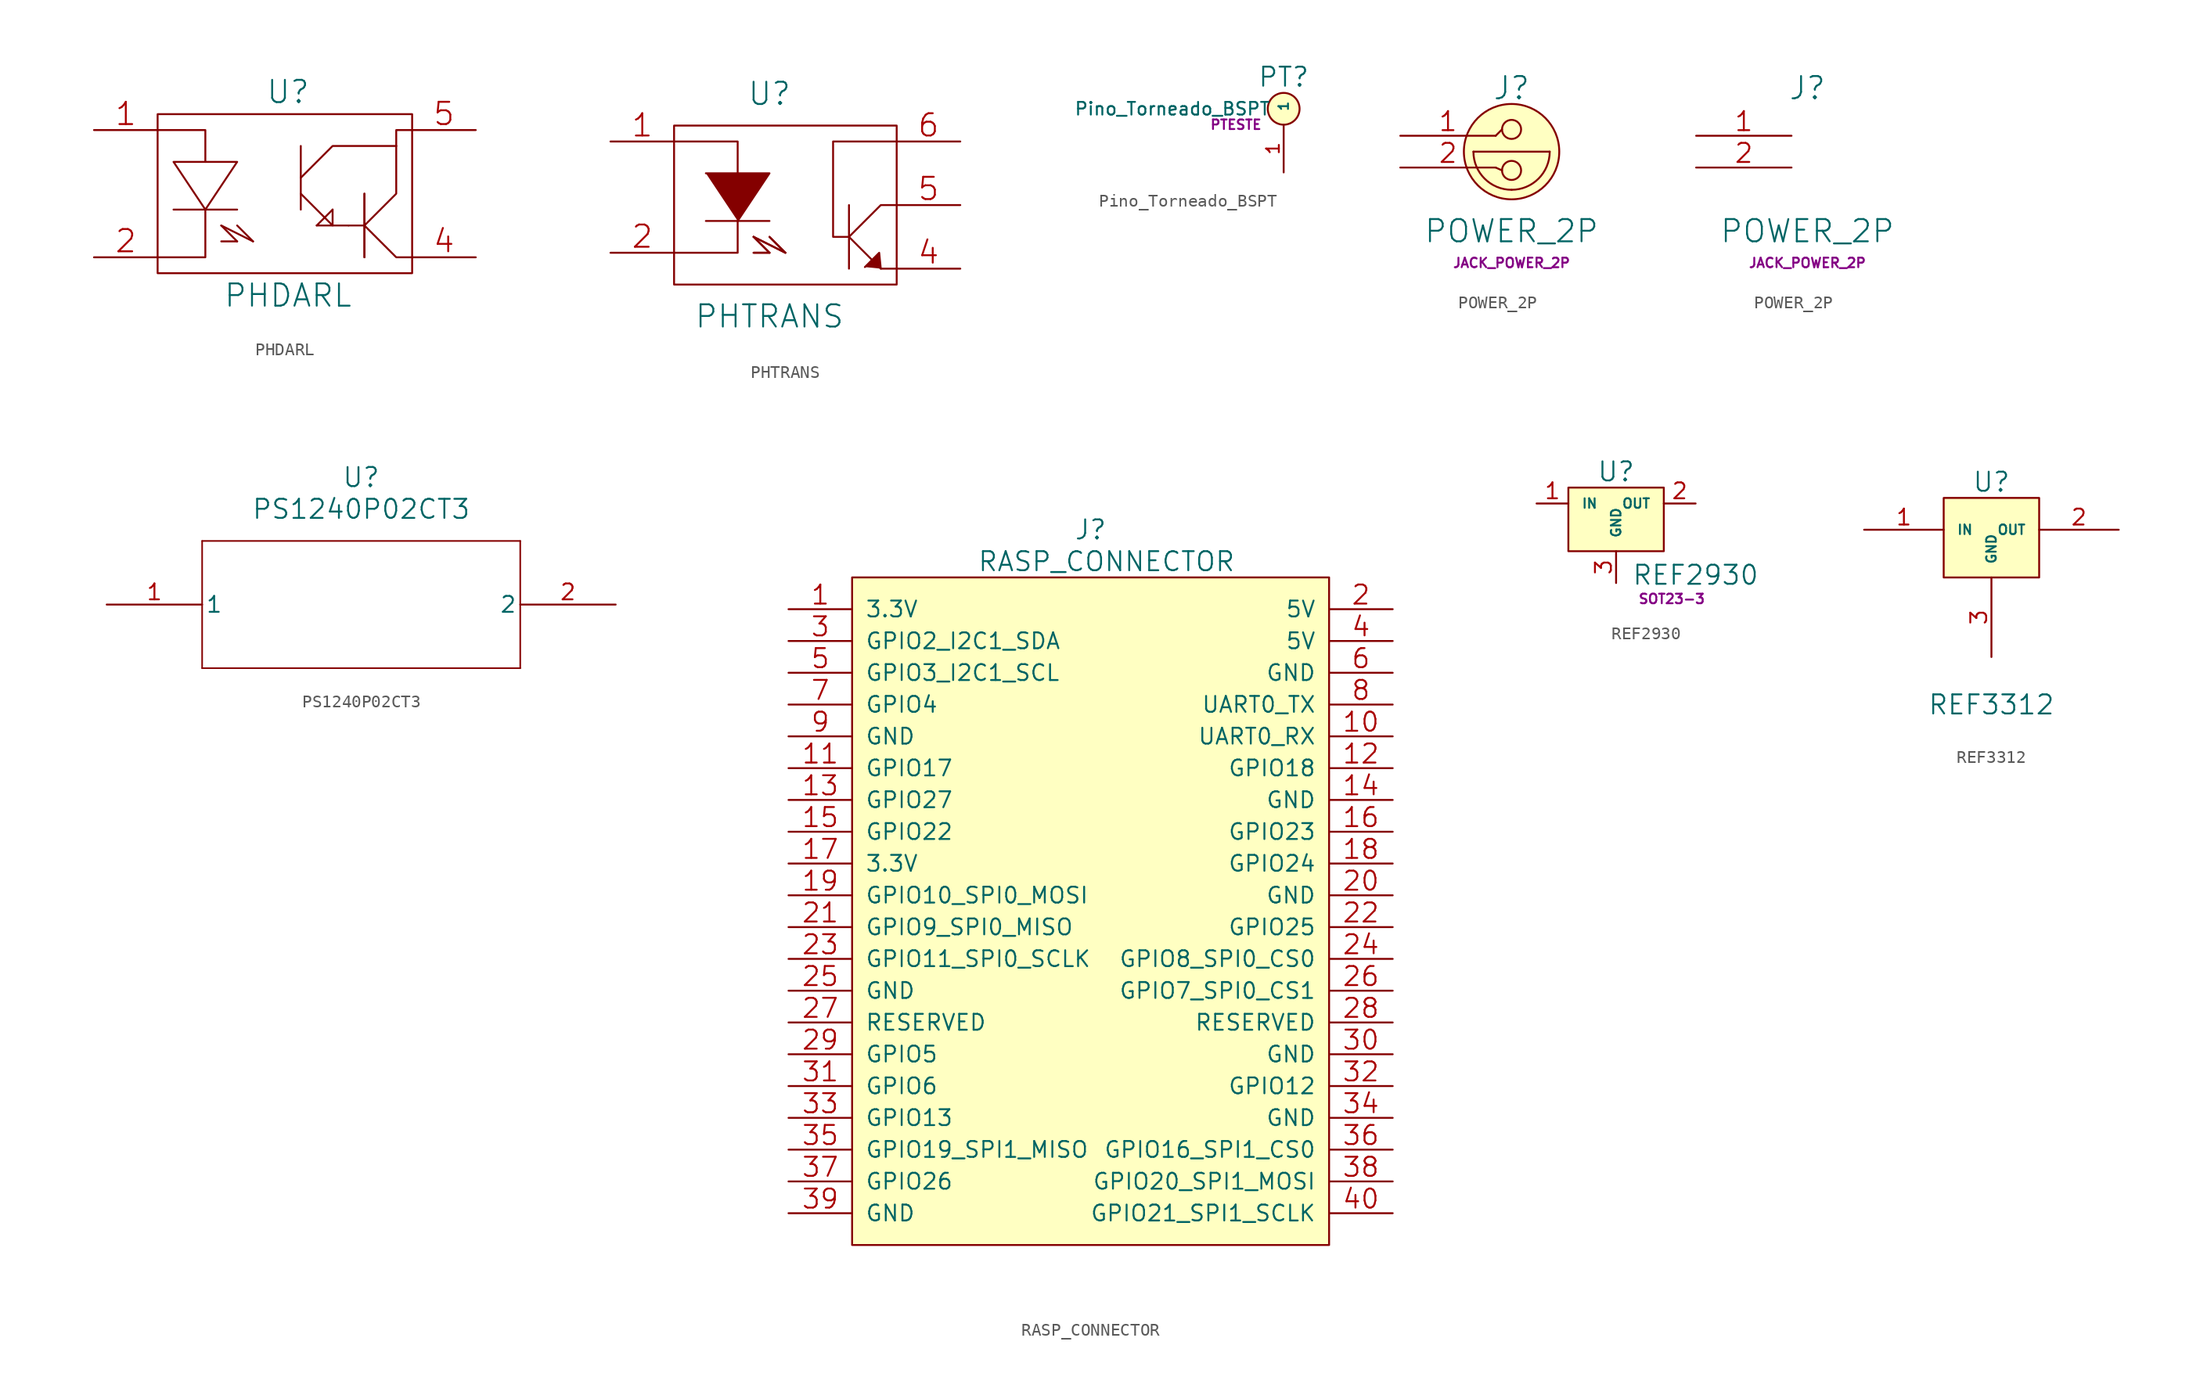
<source format=kicad_sym>
(kicad_symbol_lib
  (version 20220914)
  (generator kicad_symbol_editor)
  (symbol "PHDARL"
    (pin_names
      (offset 0.254))
    (property "Reference" "U"
      (at 0.254 8.128 0)
      (effects (font (size 1.778 1.778))))
    (property "Value" "PHDARL"
      (at 0.254 -8.128 0)
      (effects (font (size 1.778 1.778))))
    (property "Footprint" ""
      (at 0 0 0)
      (effects (font (size 1.524 1.524))))
    (property "Datasheet" ""
      (at 0 0 0)
      (effects (font (size 1.524 1.524))))
    (symbol "PHDARL_0_0"
      (polyline (pts (xy -8.89 -1.27) (xy -3.81 -1.27)) (stroke (width 0) (type default)) (fill (type none)))
      (polyline (pts (xy -5.08 -2.54) (xy -3.81 -3.81)) (stroke (width 0) (type default)) (fill (type none)))
      (polyline (pts (xy -5.08 -2.54) (xy -2.54 -3.81)) (stroke (width 0) (type default)) (fill (type none)))
      (polyline (pts (xy 1.27 3.81) (xy 1.27 -1.27)) (stroke (width 0) (type default)) (fill (type none)))
      (polyline (pts (xy 3.81 -1.27) (xy 2.54 -2.54)) (stroke (width 0) (type default)) (fill (type none)))
      (polyline (pts (xy 5.08 -2.54) (xy 6.35 -2.54)) (stroke (width 0) (type default)) (fill (type none)))
      (polyline (pts (xy 6.35 0) (xy 6.35 -5.08)) (stroke (width 0) (type default)) (fill (type none)))
      (polyline (pts (xy 6.35 0) (xy 6.35 -5.08)) (stroke (width 0) (type default)) (fill (type none)))
      (polyline (pts (xy -3.81 -3.81) (xy -3.81 -3.81) (xy -5.08 -3.81)) (stroke (width 0) (type default)) (fill (type none)))
      (polyline (pts (xy -3.81 -2.54) (xy -2.54 -3.81) (xy -3.81 -2.54)) (stroke (width 0) (type default)) (fill (type none)))
      (polyline (pts (xy 1.27 1.27) (xy 3.81 3.81) (xy 8.89 3.81)) (stroke (width 0) (type default)) (fill (type none)))
      (polyline (pts (xy 2.54 -2.54) (xy 3.81 -2.54) (xy 3.81 -1.27)) (stroke (width 0) (type default)) (fill (type none)))
      (polyline (pts (xy 6.35 -2.54) (xy 8.89 0) (xy 8.89 3.81)) (stroke (width 0) (type default)) (fill (type none)))
      (polyline (pts (xy -8.89 2.54) (xy -3.81 2.54) (xy -6.35 -1.27) (xy -8.89 2.54)) (stroke (width 0) (type default)) (fill (type none)))
      (polyline (pts (xy 1.27 0) (xy 3.81 -2.54) (xy 3.81 -2.54) (xy 5.08 -2.54)) (stroke (width 0) (type default)) (fill (type none))))
    (symbol "PHDARL_0_1"
      (rectangle (start -10.16 6.35) (end 10.16 -6.35) (stroke (width 0) (type default)) (fill (type none)))
      (polyline (pts (xy -10.16 -5.08) (xy -6.35 -5.08) (xy -6.35 -1.27)) (stroke (width 0) (type default)) (fill (type none)))
      (polyline (pts (xy -10.16 5.08) (xy -6.35 5.08) (xy -6.35 2.54)) (stroke (width 0) (type default)) (fill (type none)))
      (polyline (pts (xy 6.35 -2.54) (xy 8.89 -5.08) (xy 10.16 -5.08)) (stroke (width 0) (type default)) (fill (type none)))
      (polyline (pts (xy 8.89 3.81) (xy 8.89 5.08) (xy 10.16 5.08)) (stroke (width 0) (type default)) (fill (type none))))
    (symbol "PHDARL_1_1"
      (pin input line (at -15.24 5.08 0) (length 5.08) (name "~" (effects (font (size 1.778 1.778)))) (number "1" (effects (font (size 1.778 1.778)))))
      (pin input line (at -15.24 -5.08 0) (length 5.08) (name "~" (effects (font (size 1.778 1.778)))) (number "2" (effects (font (size 1.778 1.778)))))
      (pin open_emitter line (at 15.24 -5.08 180) (length 5.08) (name "~" (effects (font (size 1.778 1.778)))) (number "4" (effects (font (size 1.778 1.778)))))
      (pin open_collector line (at 15.24 5.08 180) (length 5.08) (name "~" (effects (font (size 1.778 1.778)))) (number "5" (effects (font (size 1.778 1.778)))))))
  (symbol "PHTRANS"
    (pin_names
      (offset 0.254))
    (property "Reference" "U"
      (at -1.27 8.89 0)
      (effects (font (size 1.778 1.778))))
    (property "Value" "PHTRANS"
      (at -1.27 -8.89 0)
      (effects (font (size 1.778 1.778))))
    (property "Footprint" ""
      (at 0 0 0)
      (effects (font (size 1.524 1.524))))
    (property "Datasheet" ""
      (at 0 0 0)
      (effects (font (size 1.524 1.524))))
    (symbol "PHTRANS_0_0"
      (polyline (pts (xy -6.35 -1.27) (xy -1.27 -1.27)) (stroke (width 0) (type default)) (fill (type none)))
      (polyline (pts (xy -2.54 -2.54) (xy -1.27 -3.81)) (stroke (width 0) (type default)) (fill (type none)))
      (polyline (pts (xy -2.54 -2.54) (xy -1.27 -3.81)) (stroke (width 0) (type default)) (fill (type none)))
      (polyline (pts (xy -2.54 -2.54) (xy 0 -3.81)) (stroke (width 0) (type default)) (fill (type none)))
      (polyline (pts (xy -2.54 -2.54) (xy 0 -3.81)) (stroke (width 0) (type default)) (fill (type none)))
      (polyline (pts (xy -1.27 -3.81) (xy -1.27 -3.81) (xy -2.54 -3.81)) (stroke (width 0) (type default)) (fill (type none)))
      (polyline (pts (xy -1.27 -3.81) (xy -1.27 -3.81) (xy -2.54 -3.81)) (stroke (width 0) (type default)) (fill (type none)))
      (polyline (pts (xy -1.27 -2.54) (xy 0 -3.81) (xy -1.27 -2.54)) (stroke (width 0) (type default)) (fill (type none)))
      (polyline (pts (xy -1.27 -2.54) (xy 0 -3.81) (xy -1.27 -2.54)) (stroke (width 0) (type default)) (fill (type none))))
    (symbol "PHTRANS_0_1"
      (polyline (pts (xy 5.08 0) (xy 5.08 -5.08)) (stroke (width 0) (type default)) (fill (type none)))
      (polyline (pts (xy -8.89 5.08) (xy -3.81 5.08) (xy -3.81 2.54)) (stroke (width 0) (type default)) (fill (type none)))
      (polyline (pts (xy -6.35 2.54) (xy -1.27 2.54) (xy -3.81 -1.27)) (stroke (width 0) (type default)) (fill (type outline)))
      (polyline (pts (xy -3.81 -1.27) (xy -3.81 -3.81) (xy -8.89 -3.81)) (stroke (width 0) (type default)) (fill (type none)))
      (polyline (pts (xy 5.08 -2.54) (xy 7.62 -5.08) (xy 8.89 -5.08)) (stroke (width 0) (type default)) (fill (type none)))
      (polyline (pts (xy 5.08 -2.54) (xy 7.62 0) (xy 8.89 0)) (stroke (width 0) (type default)) (fill (type none)))
      (polyline (pts (xy 7.62 -5.08) (xy 7.493 -3.81) (xy 6.35 -4.953)) (stroke (width 0) (type default)) (fill (type outline)))
      (polyline (pts (xy 5.08 -2.54) (xy 3.81 -2.54) (xy 3.81 5.08) (xy 8.89 5.08)) (stroke (width 0) (type default)) (fill (type none)))
      (rectangle (start 8.89 -6.35) (end -8.89 6.35) (stroke (width 0) (type default)) (fill (type none))))
    (symbol "PHTRANS_1_1"
      (pin input line (at -13.97 5.08 0) (length 5.08) (name "~" (effects (font (size 1.778 1.778)))) (number "1" (effects (font (size 1.778 1.778)))))
      (pin input line (at -13.97 -3.81 0) (length 5.08) (name "~" (effects (font (size 1.778 1.778)))) (number "2" (effects (font (size 1.778 1.778)))))
      (pin input line (at 13.97 -5.08 180) (length 5.08) (name "~" (effects (font (size 1.778 1.778)))) (number "4" (effects (font (size 1.778 1.778)))))
      (pin input line (at 13.97 0 180) (length 5.08) (name "~" (effects (font (size 1.778 1.778)))) (number "5" (effects (font (size 1.778 1.778)))))
      (pin input line (at 13.97 5.08 180) (length 5.08) (name "~" (effects (font (size 1.778 1.778)))) (number "6" (effects (font (size 1.778 1.778)))))))
  (symbol "Pino_Torneado_BSPT"
    (pin_names
      (offset 1.016))
    (property "Reference" "PT"
      (at 0 6.35 0)
      (effects (font (size 1.524 1.524))))
    (property "Value" "Pino_Torneado_BSPT"
      (at -8.89 3.81 0)
      (effects (font (size 1.016 1.016))))
    (property "Footprint" "PTESTE"
      (at -3.81 2.54 0)
      (effects (font (size 0.762 0.762))))
    (property "Datasheet" ""
      (at 0 0 0)
      (effects (font (size 1.524 1.524))))
    (symbol "Pino_Torneado_BSPT_0_1"
      (circle (center 0 3.81) (radius 1.27) (stroke (width 0) (type default)) (fill (type background))))
    (symbol "Pino_Torneado_BSPT_1_1"
      (pin passive line (at 0 -1.27 90) (length 3.81) (name "1" (effects (font (size 0.762 0.762)))) (number "1" (effects (font (size 1.016 1.016)))))))
  (symbol "POWER_2P"
    (pin_names
      (offset 1.016) hide)
    (property "Reference" "J"
      (at 0 5.08 0)
      (effects (font (size 1.778 1.778))))
    (property "Value" "POWER_2P"
      (at 0 -6.35 0)
      (effects (font (size 1.778 1.778))))
    (property "Footprint" "JACK_POWER_2P"
      (at 0 -8.89 0)
      (effects (font (size 0.762 0.762))))
    (property "Datasheet" ""
      (at 0 0 0)
      (effects (font (size 1.524 1.524))))
    (symbol "POWER_2P_0_1"
      (arc (start -3.048 0) (mid -2.1553 -2.1553) (end 0 -3.048) (stroke (width 0) (type default)) (fill (type none)))
      (arc (start 0 -3.048) (mid 2.1553 -2.1553) (end 3.048 0) (stroke (width 0) (type default)) (fill (type none)))
      (circle (center 0 -1.499) (radius 0.762) (stroke (width 0) (type default)) (fill (type none)))
      (polyline (pts (xy -3.048 0) (xy 3.048 0)) (stroke (width 0) (type default)) (fill (type none)))
      (polyline (pts (xy -1.27 1.27) (xy -0.762 1.778)) (stroke (width 0) (type default)) (fill (type none)))
      (polyline (pts (xy -0.762 -1.499) (xy -1.27 -1.27)) (stroke (width 0) (type default)) (fill (type none)))
      (circle (center 0 0) (radius 3.81) (stroke (width 0) (type default)) (fill (type background)))
      (circle (center 0 1.778) (radius 0.762) (stroke (width 0) (type default)) (fill (type none))))
    (symbol "POWER_2P_1_1"
      (pin bidirectional line (at -8.89 1.27 0) (length 7.62) (name "~" (effects (font (size 1.524 1.524)))) (number "1" (effects (font (size 1.524 1.524)))))
      (pin bidirectional line (at -8.89 -1.27 0) (length 7.62) (name "~" (effects (font (size 1.524 1.524)))) (number "2" (effects (font (size 1.524 1.524))))))
    (symbol "POWER_2P_1_2"
      (pin bidirectional line (at -8.89 1.27 0) (length 7.62) (name "~" (effects (font (size 1.524 1.524)))) (number "1" (effects (font (size 1.524 1.524)))))
      (pin bidirectional line (at -8.89 -1.27 0) (length 7.62) (name "~" (effects (font (size 1.524 1.524)))) (number "2" (effects (font (size 1.524 1.524)))))))
  (symbol "PS1240P02CT3"
    (pin_names
      (offset 0.254))
    (property "Reference" "U"
      (at 20.32 10.16 0)
      (effects (font (size 1.524 1.524))))
    (property "Value" "PS1240P02CT3"
      (at 20.32 7.62 0)
      (effects (font (size 1.524 1.524))))
    (property "ki_locked" ""
      (at 0 0 0)
      (effects (font (size 1.27 1.27))))
    (symbol "PS1240P02CT3_0_1"
      (polyline (pts (xy 7.62 -5.08) (xy 33.02 -5.08)) (stroke (width 0.127) (type default)) (fill (type none)))
      (polyline (pts (xy 7.62 5.08) (xy 7.62 -5.08)) (stroke (width 0.127) (type default)) (fill (type none)))
      (polyline (pts (xy 33.02 -5.08) (xy 33.02 5.08)) (stroke (width 0.127) (type default)) (fill (type none)))
      (polyline (pts (xy 33.02 5.08) (xy 7.62 5.08)) (stroke (width 0.127) (type default)) (fill (type none)))
      (pin unspecified line (at 0 0 0) (length 7.62) (name "1" (effects (font (size 1.27 1.27)))) (number "1" (effects (font (size 1.27 1.27)))))
      (pin unspecified line (at 40.64 0 180) (length 7.62) (name "2" (effects (font (size 1.27 1.27)))) (number "2" (effects (font (size 1.27 1.27)))))))
  (symbol "RASP_CONNECTOR"
    (pin_names
      (offset 1.016))
    (property "Reference" "J"
      (at 0 30.48 0)
      (effects (font (size 1.524 1.524))))
    (property "Value" "RASP_CONNECTOR"
      (at 1.27 27.94 0)
      (effects (font (size 1.524 1.524))))
    (property "Footprint" ""
      (at -19.05 24.13 0)
      (effects (font (size 1.524 1.524))))
    (property "Datasheet" ""
      (at -19.05 24.13 0)
      (effects (font (size 1.524 1.524))))
    (symbol "RASP_CONNECTOR_0_1"
      (rectangle (start -19.05 26.67) (end 19.05 -26.67) (stroke (width 0) (type default)) (fill (type background))))
    (symbol "RASP_CONNECTOR_1_1"
      (pin power_in line (at -24.13 24.13 0) (length 5.08) (name "3.3V" (effects (font (size 1.27 1.27)))) (number "1" (effects (font (size 1.524 1.524)))))
      (pin bidirectional line (at 24.13 13.97 180) (length 5.08) (name "UART0_RX" (effects (font (size 1.27 1.27)))) (number "10" (effects (font (size 1.524 1.524)))))
      (pin bidirectional line (at -24.13 11.43 0) (length 5.08) (name "GPIO17" (effects (font (size 1.27 1.27)))) (number "11" (effects (font (size 1.524 1.524)))))
      (pin bidirectional line (at 24.13 11.43 180) (length 5.08) (name "GPIO18" (effects (font (size 1.27 1.27)))) (number "12" (effects (font (size 1.524 1.524)))))
      (pin bidirectional line (at -24.13 8.89 0) (length 5.08) (name "GPIO27" (effects (font (size 1.27 1.27)))) (number "13" (effects (font (size 1.524 1.524)))))
      (pin power_in line (at 24.13 8.89 180) (length 5.08) (name "GND" (effects (font (size 1.27 1.27)))) (number "14" (effects (font (size 1.524 1.524)))))
      (pin bidirectional line (at -24.13 6.35 0) (length 5.08) (name "GPIO22" (effects (font (size 1.27 1.27)))) (number "15" (effects (font (size 1.524 1.524)))))
      (pin bidirectional line (at 24.13 6.35 180) (length 5.08) (name "GPIO23" (effects (font (size 1.27 1.27)))) (number "16" (effects (font (size 1.524 1.524)))))
      (pin power_in line (at -24.13 3.81 0) (length 5.08) (name "3.3V" (effects (font (size 1.27 1.27)))) (number "17" (effects (font (size 1.524 1.524)))))
      (pin bidirectional line (at 24.13 3.81 180) (length 5.08) (name "GPIO24" (effects (font (size 1.27 1.27)))) (number "18" (effects (font (size 1.524 1.524)))))
      (pin bidirectional line (at -24.13 1.27 0) (length 5.08) (name "GPIO10_SPI0_MOSI" (effects (font (size 1.27 1.27)))) (number "19" (effects (font (size 1.524 1.524)))))
      (pin power_in line (at 24.13 24.13 180) (length 5.08) (name "5V" (effects (font (size 1.27 1.27)))) (number "2" (effects (font (size 1.524 1.524)))))
      (pin power_in line (at 24.13 1.27 180) (length 5.08) (name "GND" (effects (font (size 1.27 1.27)))) (number "20" (effects (font (size 1.524 1.524)))))
      (pin bidirectional line (at -24.13 -1.27 0) (length 5.08) (name "GPIO9_SPI0_MISO" (effects (font (size 1.27 1.27)))) (number "21" (effects (font (size 1.524 1.524)))))
      (pin bidirectional line (at 24.13 -1.27 180) (length 5.08) (name "GPIO25" (effects (font (size 1.27 1.27)))) (number "22" (effects (font (size 1.524 1.524)))))
      (pin bidirectional line (at -24.13 -3.81 0) (length 5.08) (name "GPIO11_SPI0_SCLK" (effects (font (size 1.27 1.27)))) (number "23" (effects (font (size 1.524 1.524)))))
      (pin bidirectional line (at 24.13 -3.81 180) (length 5.08) (name "GPIO8_SPI0_CS0" (effects (font (size 1.27 1.27)))) (number "24" (effects (font (size 1.524 1.524)))))
      (pin power_in line (at -24.13 -6.35 0) (length 5.08) (name "GND" (effects (font (size 1.27 1.27)))) (number "25" (effects (font (size 1.524 1.524)))))
      (pin bidirectional line (at 24.13 -6.35 180) (length 5.08) (name "GPIO7_SPI0_CS1" (effects (font (size 1.27 1.27)))) (number "26" (effects (font (size 1.524 1.524)))))
      (pin bidirectional line (at -24.13 -8.89 0) (length 5.08) (name "RESERVED" (effects (font (size 1.27 1.27)))) (number "27" (effects (font (size 1.524 1.524)))))
      (pin bidirectional line (at 24.13 -8.89 180) (length 5.08) (name "RESERVED" (effects (font (size 1.27 1.27)))) (number "28" (effects (font (size 1.524 1.524)))))
      (pin bidirectional line (at -24.13 -11.43 0) (length 5.08) (name "GPIO5" (effects (font (size 1.27 1.27)))) (number "29" (effects (font (size 1.524 1.524)))))
      (pin bidirectional line (at -24.13 21.59 0) (length 5.08) (name "GPIO2_I2C1_SDA" (effects (font (size 1.27 1.27)))) (number "3" (effects (font (size 1.524 1.524)))))
      (pin power_in line (at 24.13 -11.43 180) (length 5.08) (name "GND" (effects (font (size 1.27 1.27)))) (number "30" (effects (font (size 1.524 1.524)))))
      (pin bidirectional line (at -24.13 -13.97 0) (length 5.08) (name "GPIO6" (effects (font (size 1.27 1.27)))) (number "31" (effects (font (size 1.524 1.524)))))
      (pin bidirectional line (at 24.13 -13.97 180) (length 5.08) (name "GPIO12" (effects (font (size 1.27 1.27)))) (number "32" (effects (font (size 1.524 1.524)))))
      (pin bidirectional line (at -24.13 -16.51 0) (length 5.08) (name "GPIO13" (effects (font (size 1.27 1.27)))) (number "33" (effects (font (size 1.524 1.524)))))
      (pin power_in line (at 24.13 -16.51 180) (length 5.08) (name "GND" (effects (font (size 1.27 1.27)))) (number "34" (effects (font (size 1.524 1.524)))))
      (pin bidirectional line (at -24.13 -19.05 0) (length 5.08) (name "GPIO19_SPI1_MISO" (effects (font (size 1.27 1.27)))) (number "35" (effects (font (size 1.524 1.524)))))
      (pin bidirectional line (at 24.13 -19.05 180) (length 5.08) (name "GPIO16_SPI1_CS0" (effects (font (size 1.27 1.27)))) (number "36" (effects (font (size 1.524 1.524)))))
      (pin bidirectional line (at -24.13 -21.59 0) (length 5.08) (name "GPIO26" (effects (font (size 1.27 1.27)))) (number "37" (effects (font (size 1.524 1.524)))))
      (pin bidirectional line (at 24.13 -21.59 180) (length 5.08) (name "GPIO20_SPI1_MOSI" (effects (font (size 1.27 1.27)))) (number "38" (effects (font (size 1.524 1.524)))))
      (pin power_in line (at -24.13 -24.13 0) (length 5.08) (name "GND" (effects (font (size 1.27 1.27)))) (number "39" (effects (font (size 1.524 1.524)))))
      (pin power_in line (at 24.13 21.59 180) (length 5.08) (name "5V" (effects (font (size 1.27 1.27)))) (number "4" (effects (font (size 1.524 1.524)))))
      (pin bidirectional line (at 24.13 -24.13 180) (length 5.08) (name "GPIO21_SPI1_SCLK" (effects (font (size 1.27 1.27)))) (number "40" (effects (font (size 1.524 1.524)))))
      (pin bidirectional line (at -24.13 19.05 0) (length 5.08) (name "GPIO3_I2C1_SCL" (effects (font (size 1.27 1.27)))) (number "5" (effects (font (size 1.524 1.524)))))
      (pin power_in line (at 24.13 19.05 180) (length 5.08) (name "GND" (effects (font (size 1.27 1.27)))) (number "6" (effects (font (size 1.524 1.524)))))
      (pin bidirectional line (at -24.13 16.51 0) (length 5.08) (name "GPIO4" (effects (font (size 1.27 1.27)))) (number "7" (effects (font (size 1.524 1.524)))))
      (pin bidirectional line (at 24.13 16.51 180) (length 5.08) (name "UART0_TX" (effects (font (size 1.27 1.27)))) (number "8" (effects (font (size 1.524 1.524)))))
      (pin power_in line (at -24.13 13.97 0) (length 5.08) (name "GND" (effects (font (size 1.27 1.27)))) (number "9" (effects (font (size 1.524 1.524)))))))
  (symbol "REF2930"
    (pin_names
      (offset 1.016))
    (property "Reference" "U"
      (at 0 2.54 0)
      (effects (font (size 1.524 1.524))))
    (property "Value" "REF2930"
      (at 6.35 -5.715 0)
      (effects (font (size 1.524 1.524))))
    (property "Footprint" "SOT23-3"
      (at 4.445 -7.62 0)
      (effects (font (size 0.762 0.762))))
    (property "Datasheet" ""
      (at 0 0 0)
      (effects (font (size 1.524 1.524))))
    (symbol "REF2930_0_1"
      (rectangle (start -3.81 1.27) (end 3.81 -3.81) (stroke (width 0) (type default)) (fill (type background))))
    (symbol "REF2930_1_1"
      (pin input line (at -6.35 0 0) (length 2.54) (name "IN" (effects (font (size 0.762 0.762)))) (number "1" (effects (font (size 1.27 1.27)))))
      (pin input line (at 6.35 0 180) (length 2.54) (name "OUT" (effects (font (size 0.762 0.762)))) (number "2" (effects (font (size 1.27 1.27)))))
      (pin input line (at 0 -6.35 90) (length 2.54) (name "GND" (effects (font (size 0.762 0.762)))) (number "3" (effects (font (size 1.27 1.27)))))))
  (symbol "REF3312"
    (pin_names
      (offset 1.016))
    (property "Reference" "U"
      (at 0 3.81 0)
      (effects (font (size 1.524 1.524))))
    (property "Value" "REF3312"
      (at 0 -13.97 0)
      (effects (font (size 1.524 1.524))))
    (property "Footprint" ""
      (at 0 0 0)
      (effects (font (size 1.524 1.524))))
    (property "Datasheet" ""
      (at 0 0 0)
      (effects (font (size 1.524 1.524))))
    (symbol "REF3312_0_1"
      (polyline (pts (xy -3.81 0) (xy -3.81 2.54) (xy 3.81 2.54) (xy 3.81 -3.81) (xy -3.81 -3.81) (xy -3.81 0) (xy -3.81 0)) (stroke (width 0) (type default)) (fill (type background))))
    (symbol "REF3312_1_1"
      (pin input line (at -10.16 0 0) (length 6.35) (name "IN" (effects (font (size 0.762 0.762)))) (number "1" (effects (font (size 1.27 1.27)))))
      (pin input line (at 10.16 0 180) (length 6.35) (name "OUT" (effects (font (size 0.762 0.762)))) (number "2" (effects (font (size 1.27 1.27)))))
      (pin input line (at 0 -10.16 90) (length 6.35) (name "GND" (effects (font (size 0.762 0.762)))) (number "3" (effects (font (size 1.27 1.27))))))))
</source>
